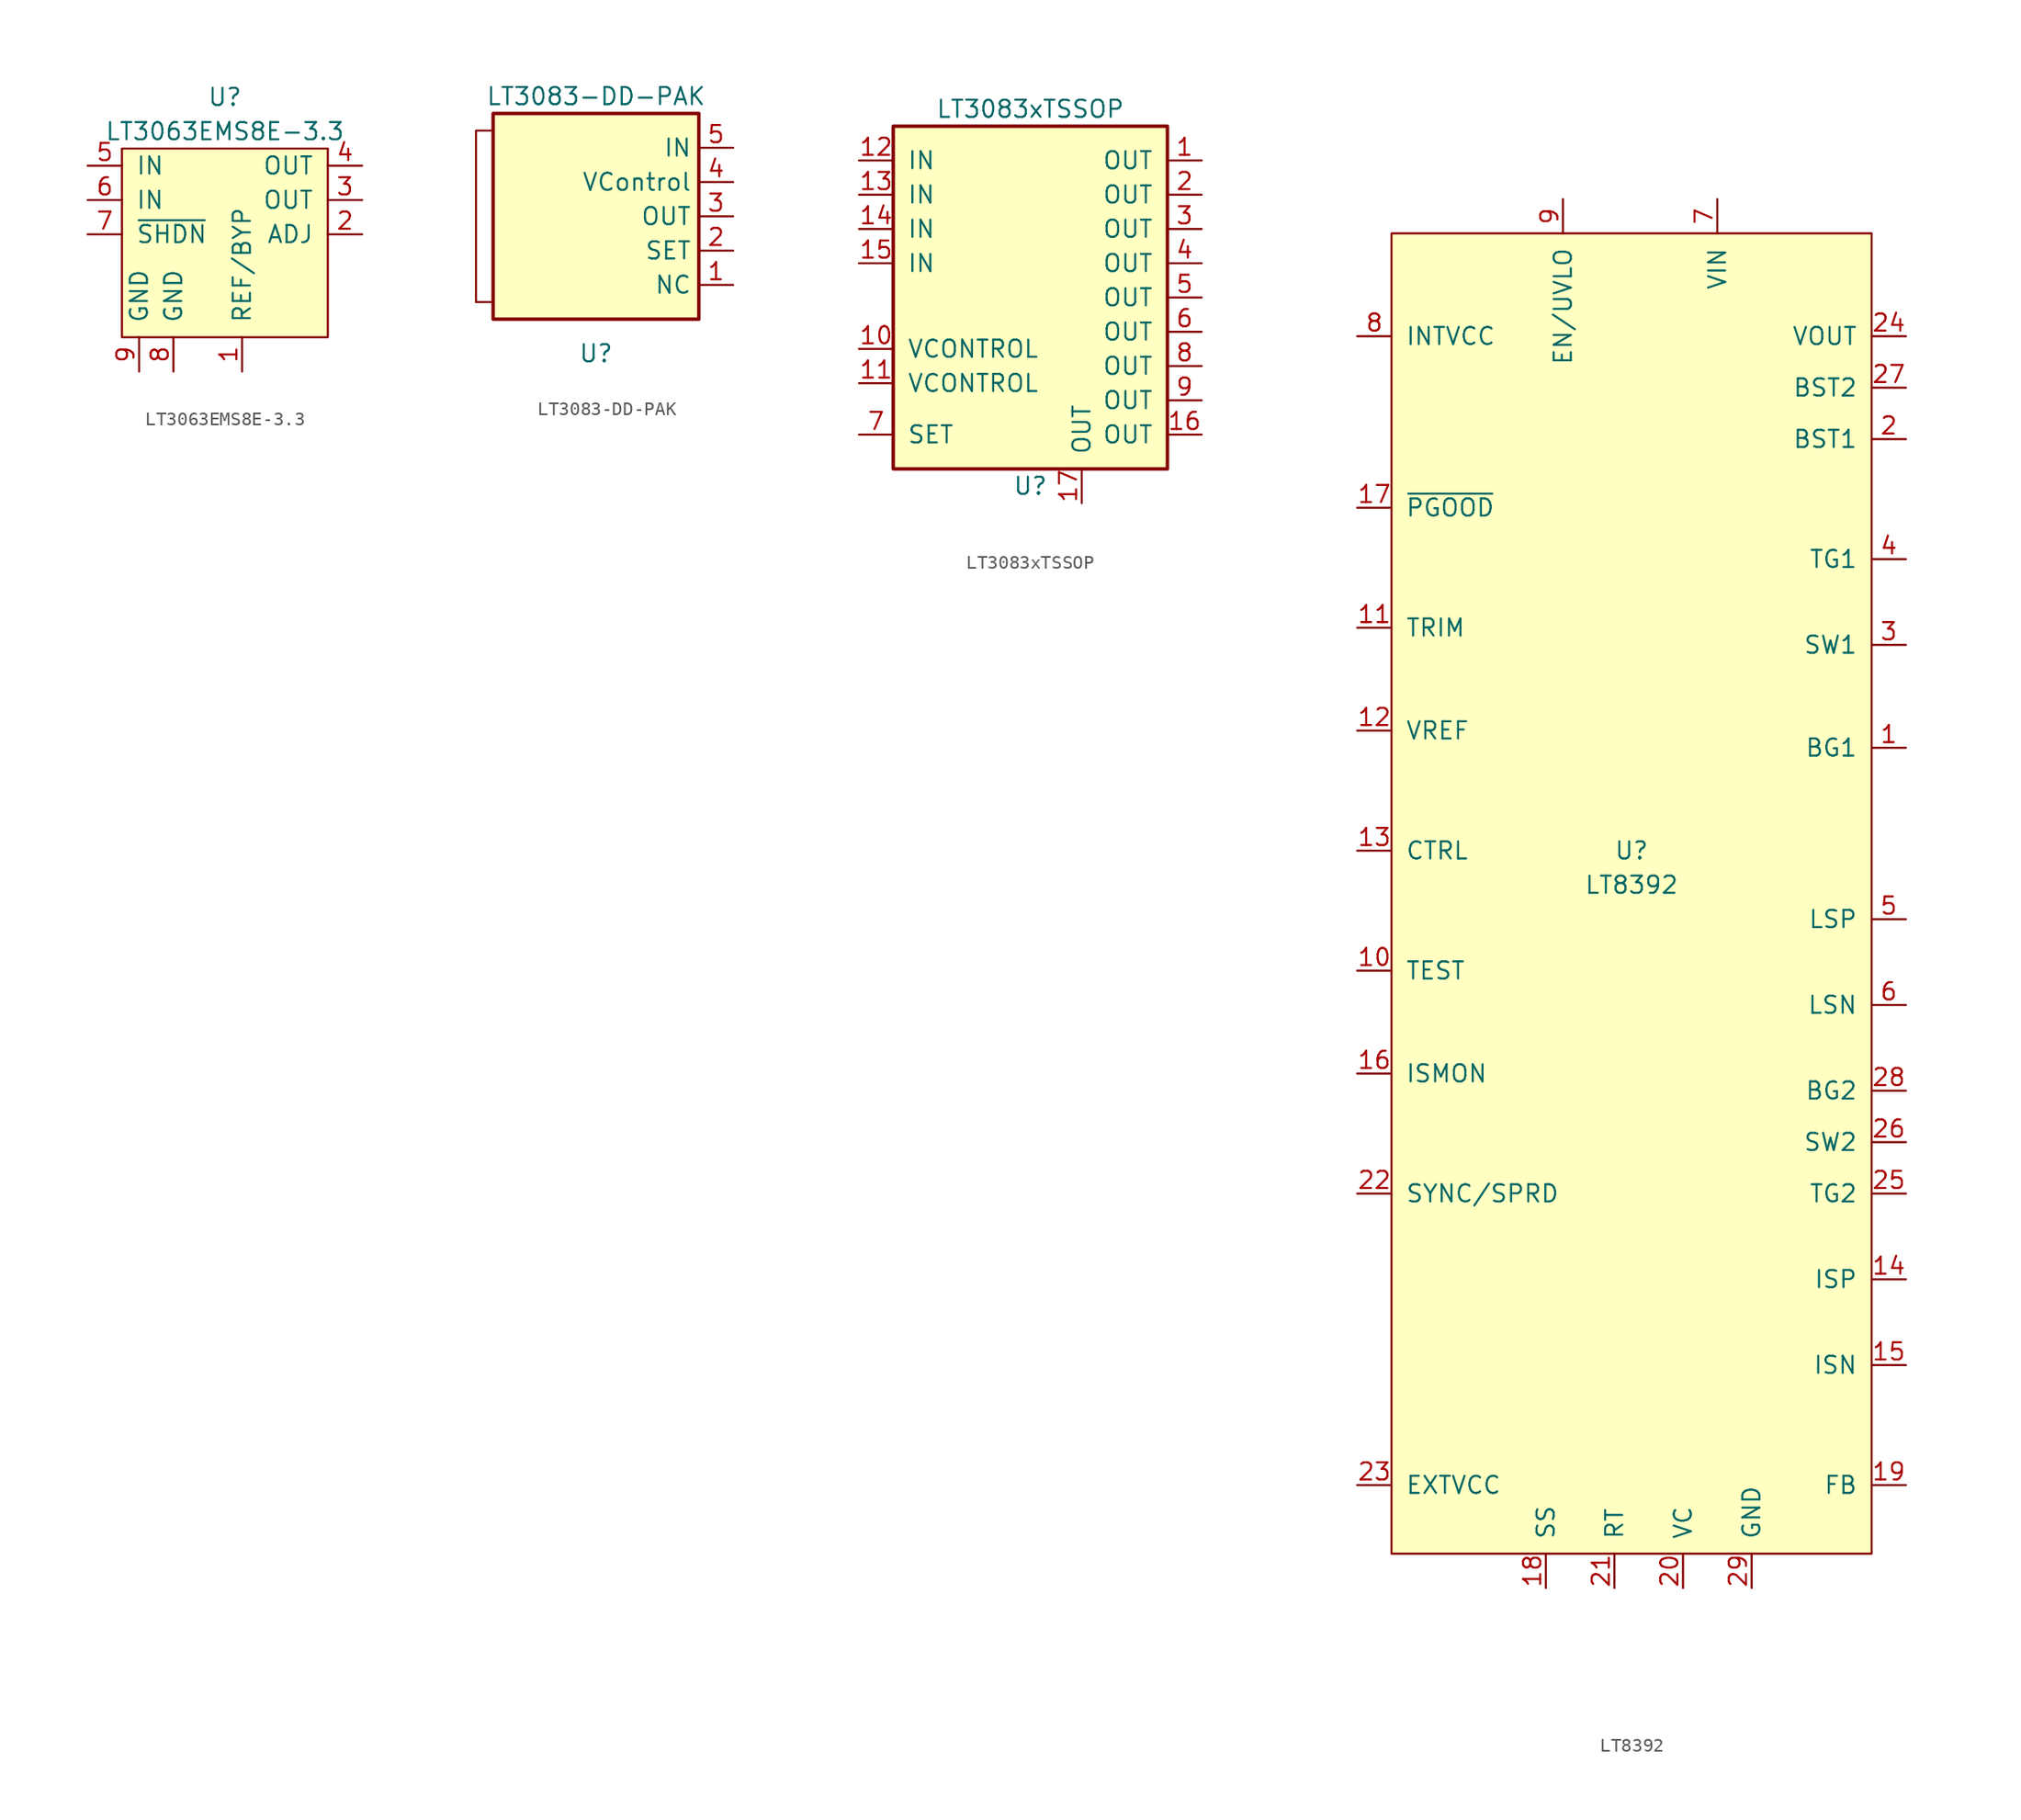
<source format=kicad_sym>
(kicad_symbol_lib
  (version 20211014)
  (generator kicad_symbol_editor)
  (symbol "LT3063EMS8E-3.3"
    (pin_names
      (offset 1.016))
    (property "Reference" "U"
      (at 0 16.51 0)
      (effects (font (size 1.27 1.27))))
    (property "Value" "LT3063EMS8E-3.3"
      (at 0 13.97 0)
      (effects (font (size 1.27 1.27))))
    (symbol "LT3063EMS8E-3.3_0_1"
      (rectangle (start -7.62 12.7) (end 7.62 -1.27) (stroke (width 0) (type default) (color 0 0 0 0)) (fill (type background))))
    (symbol "LT3063EMS8E-3.3_1_1"
      (pin bidirectional line (at 1.27 -3.81 90) (length 2.54) (name "REF/BYP" (effects (font (size 1.27 1.27)))) (number "1" (effects (font (size 1.27 1.27)))))
      (pin bidirectional line (at 10.16 6.35 180) (length 2.54) (name "ADJ" (effects (font (size 1.27 1.27)))) (number "2" (effects (font (size 1.27 1.27)))))
      (pin bidirectional line (at 10.16 8.89 180) (length 2.54) (name "OUT" (effects (font (size 1.27 1.27)))) (number "3" (effects (font (size 1.27 1.27)))))
      (pin bidirectional line (at 10.16 11.43 180) (length 2.54) (name "OUT" (effects (font (size 1.27 1.27)))) (number "4" (effects (font (size 1.27 1.27)))))
      (pin bidirectional line (at -10.16 11.43 0) (length 2.54) (name "IN" (effects (font (size 1.27 1.27)))) (number "5" (effects (font (size 1.27 1.27)))))
      (pin bidirectional line (at -10.16 8.89 0) (length 2.54) (name "IN" (effects (font (size 1.27 1.27)))) (number "6" (effects (font (size 1.27 1.27)))))
      (pin bidirectional line (at -10.16 6.35 0) (length 2.54) (name "~{SHDN}" (effects (font (size 1.27 1.27)))) (number "7" (effects (font (size 1.27 1.27)))))
      (pin bidirectional line (at -3.81 -3.81 90) (length 2.54) (name "GND" (effects (font (size 1.27 1.27)))) (number "8" (effects (font (size 1.27 1.27)))))
      (pin bidirectional line (at -6.35 -3.81 90) (length 2.54) (name "GND" (effects (font (size 1.27 1.27)))) (number "9" (effects (font (size 1.27 1.27)))))))
  (symbol "LT3083-DD-PAK"
    (property "Reference" "U"
      (at 0 -10.16 0)
      (effects (font (size 1.27 1.27))))
    (property "Value" "LT3083-DD-PAK"
      (at 0 8.89 0)
      (effects (font (size 1.27 1.27))))
    (symbol "LT3083-DD-PAK_0_1"
      (polyline (pts (xy -7.62 6.35) (xy -8.89 6.35) (xy -8.89 -6.35) (xy -7.62 -6.35)) (stroke (width 0) (type default) (color 0 0 0 0)) (fill (type none))))
    (symbol "LT3083-DD-PAK_1_1"
      (rectangle (start -7.62 7.62) (end 7.62 -7.62) (stroke (width 0.254) (type default) (color 0 0 0 0)) (fill (type background)))
      (pin bidirectional line (at 10.16 -5.08 180) (length 2.54) (name "NC" (effects (font (size 1.27 1.27)))) (number "1" (effects (font (size 1.27 1.27)))))
      (pin bidirectional line (at 10.16 -2.54 180) (length 2.54) (name "SET" (effects (font (size 1.27 1.27)))) (number "2" (effects (font (size 1.27 1.27)))))
      (pin bidirectional line (at 10.16 0 180) (length 2.54) (name "OUT" (effects (font (size 1.27 1.27)))) (number "3" (effects (font (size 1.27 1.27)))))
      (pin bidirectional line (at 10.16 2.54 180) (length 2.54) (name "VControl" (effects (font (size 1.27 1.27)))) (number "4" (effects (font (size 1.27 1.27)))))
      (pin bidirectional line (at 10.16 5.08 180) (length 2.54) (name "IN" (effects (font (size 1.27 1.27)))) (number "5" (effects (font (size 1.27 1.27)))))))
  (symbol "LT3083xTSSOP"
    (pin_names
      (offset 1.016))
    (property "Reference" "U"
      (at 0 -20.32 0)
      (effects (font (size 1.27 1.27))))
    (property "Value" "LT3083xTSSOP"
      (at 0 7.62 0)
      (effects (font (size 1.27 1.27))))
    (symbol "LT3083xTSSOP_1_1"
      (rectangle (start -10.16 6.35) (end 10.16 -19.05) (stroke (width 0.254) (type default) (color 0 0 0 0)) (fill (type background)))
      (pin power_out line (at 12.7 3.81 180) (length 2.54) (name "OUT" (effects (font (size 1.27 1.27)))) (number "1" (effects (font (size 1.27 1.27)))))
      (pin input line (at -12.7 -10.16 0) (length 2.54) (name "VCONTROL" (effects (font (size 1.27 1.27)))) (number "10" (effects (font (size 1.27 1.27)))))
      (pin input line (at -12.7 -12.7 0) (length 2.54) (name "VCONTROL" (effects (font (size 1.27 1.27)))) (number "11" (effects (font (size 1.27 1.27)))))
      (pin power_in line (at -12.7 3.81 0) (length 2.54) (name "IN" (effects (font (size 1.27 1.27)))) (number "12" (effects (font (size 1.27 1.27)))))
      (pin power_in line (at -12.7 1.27 0) (length 2.54) (name "IN" (effects (font (size 1.27 1.27)))) (number "13" (effects (font (size 1.27 1.27)))))
      (pin power_in line (at -12.7 -1.27 0) (length 2.54) (name "IN" (effects (font (size 1.27 1.27)))) (number "14" (effects (font (size 1.27 1.27)))))
      (pin power_in line (at -12.7 -3.81 0) (length 2.54) (name "IN" (effects (font (size 1.27 1.27)))) (number "15" (effects (font (size 1.27 1.27)))))
      (pin power_out line (at 12.7 -16.51 180) (length 2.54) (name "OUT" (effects (font (size 1.27 1.27)))) (number "16" (effects (font (size 1.27 1.27)))))
      (pin power_out line (at 3.81 -21.59 90) (length 2.54) (name "OUT" (effects (font (size 1.27 1.27)))) (number "17" (effects (font (size 1.27 1.27)))))
      (pin power_out line (at 12.7 1.27 180) (length 2.54) (name "OUT" (effects (font (size 1.27 1.27)))) (number "2" (effects (font (size 1.27 1.27)))))
      (pin power_out line (at 12.7 -1.27 180) (length 2.54) (name "OUT" (effects (font (size 1.27 1.27)))) (number "3" (effects (font (size 1.27 1.27)))))
      (pin power_out line (at 12.7 -3.81 180) (length 2.54) (name "OUT" (effects (font (size 1.27 1.27)))) (number "4" (effects (font (size 1.27 1.27)))))
      (pin power_out line (at 12.7 -6.35 180) (length 2.54) (name "OUT" (effects (font (size 1.27 1.27)))) (number "5" (effects (font (size 1.27 1.27)))))
      (pin power_out line (at 12.7 -8.89 180) (length 2.54) (name "OUT" (effects (font (size 1.27 1.27)))) (number "6" (effects (font (size 1.27 1.27)))))
      (pin input line (at -12.7 -16.51 0) (length 2.54) (name "SET" (effects (font (size 1.27 1.27)))) (number "7" (effects (font (size 1.27 1.27)))))
      (pin power_out line (at 12.7 -11.43 180) (length 2.54) (name "OUT" (effects (font (size 1.27 1.27)))) (number "8" (effects (font (size 1.27 1.27)))))
      (pin power_out line (at 12.7 -13.97 180) (length 2.54) (name "OUT" (effects (font (size 1.27 1.27)))) (number "9" (effects (font (size 1.27 1.27)))))))
  (symbol "LT8392"
    (pin_names
      (offset 1.016))
    (property "Reference" "U"
      (at 0 2.54 0)
      (effects (font (size 1.27 1.27))))
    (property "Value" "LT8392"
      (at 0 0 0)
      (effects (font (size 1.27 1.27))))
    (symbol "LT8392_0_1"
      (rectangle (start -17.78 48.26) (end 17.78 -49.53) (stroke (width 0) (type default) (color 0 0 0 0)) (fill (type background))))
    (symbol "LT8392_1_1"
      (pin bidirectional line (at 20.32 10.16 180) (length 2.54) (name "BG1" (effects (font (size 1.27 1.27)))) (number "1" (effects (font (size 1.27 1.27)))))
      (pin bidirectional line (at -20.32 -6.35 0) (length 2.54) (name "TEST" (effects (font (size 1.27 1.27)))) (number "10" (effects (font (size 1.27 1.27)))))
      (pin bidirectional line (at -20.32 19.05 0) (length 2.54) (name "TRIM" (effects (font (size 1.27 1.27)))) (number "11" (effects (font (size 1.27 1.27)))))
      (pin bidirectional line (at -20.32 11.43 0) (length 2.54) (name "VREF" (effects (font (size 1.27 1.27)))) (number "12" (effects (font (size 1.27 1.27)))))
      (pin bidirectional line (at -20.32 2.54 0) (length 2.54) (name "CTRL" (effects (font (size 1.27 1.27)))) (number "13" (effects (font (size 1.27 1.27)))))
      (pin bidirectional line (at 20.32 -29.21 180) (length 2.54) (name "ISP" (effects (font (size 1.27 1.27)))) (number "14" (effects (font (size 1.27 1.27)))))
      (pin bidirectional line (at 20.32 -35.56 180) (length 2.54) (name "ISN" (effects (font (size 1.27 1.27)))) (number "15" (effects (font (size 1.27 1.27)))))
      (pin bidirectional line (at -20.32 -13.97 0) (length 2.54) (name "ISMON" (effects (font (size 1.27 1.27)))) (number "16" (effects (font (size 1.27 1.27)))))
      (pin bidirectional line (at -20.32 27.94 0) (length 2.54) (name "~{PGOOD}" (effects (font (size 1.27 1.27)))) (number "17" (effects (font (size 1.27 1.27)))))
      (pin bidirectional line (at -6.35 -52.07 90) (length 2.54) (name "SS" (effects (font (size 1.27 1.27)))) (number "18" (effects (font (size 1.27 1.27)))))
      (pin bidirectional line (at 20.32 -44.45 180) (length 2.54) (name "FB" (effects (font (size 1.27 1.27)))) (number "19" (effects (font (size 1.27 1.27)))))
      (pin bidirectional line (at 20.32 33.02 180) (length 2.54) (name "BST1" (effects (font (size 1.27 1.27)))) (number "2" (effects (font (size 1.27 1.27)))))
      (pin bidirectional line (at 3.81 -52.07 90) (length 2.54) (name "VC" (effects (font (size 1.27 1.27)))) (number "20" (effects (font (size 1.27 1.27)))))
      (pin bidirectional line (at -1.27 -52.07 90) (length 2.54) (name "RT" (effects (font (size 1.27 1.27)))) (number "21" (effects (font (size 1.27 1.27)))))
      (pin bidirectional line (at -20.32 -22.86 0) (length 2.54) (name "SYNC/SPRD" (effects (font (size 1.27 1.27)))) (number "22" (effects (font (size 1.27 1.27)))))
      (pin bidirectional line (at -20.32 -44.45 0) (length 2.54) (name "EXTVCC" (effects (font (size 1.27 1.27)))) (number "23" (effects (font (size 1.27 1.27)))))
      (pin bidirectional line (at 20.32 40.64 180) (length 2.54) (name "VOUT" (effects (font (size 1.27 1.27)))) (number "24" (effects (font (size 1.27 1.27)))))
      (pin bidirectional line (at 20.32 -22.86 180) (length 2.54) (name "TG2" (effects (font (size 1.27 1.27)))) (number "25" (effects (font (size 1.27 1.27)))))
      (pin bidirectional line (at 20.32 -19.05 180) (length 2.54) (name "SW2" (effects (font (size 1.27 1.27)))) (number "26" (effects (font (size 1.27 1.27)))))
      (pin bidirectional line (at 20.32 36.83 180) (length 2.54) (name "BST2" (effects (font (size 1.27 1.27)))) (number "27" (effects (font (size 1.27 1.27)))))
      (pin bidirectional line (at 20.32 -15.24 180) (length 2.54) (name "BG2" (effects (font (size 1.27 1.27)))) (number "28" (effects (font (size 1.27 1.27)))))
      (pin bidirectional line (at 8.89 -52.07 90) (length 2.54) (name "GND" (effects (font (size 1.27 1.27)))) (number "29" (effects (font (size 1.27 1.27)))))
      (pin bidirectional line (at 20.32 17.78 180) (length 2.54) (name "SW1" (effects (font (size 1.27 1.27)))) (number "3" (effects (font (size 1.27 1.27)))))
      (pin bidirectional line (at 20.32 24.13 180) (length 2.54) (name "TG1" (effects (font (size 1.27 1.27)))) (number "4" (effects (font (size 1.27 1.27)))))
      (pin bidirectional line (at 20.32 -2.54 180) (length 2.54) (name "LSP" (effects (font (size 1.27 1.27)))) (number "5" (effects (font (size 1.27 1.27)))))
      (pin bidirectional line (at 20.32 -8.89 180) (length 2.54) (name "LSN" (effects (font (size 1.27 1.27)))) (number "6" (effects (font (size 1.27 1.27)))))
      (pin bidirectional line (at 6.35 50.8 270) (length 2.54) (name "VIN" (effects (font (size 1.27 1.27)))) (number "7" (effects (font (size 1.27 1.27)))))
      (pin bidirectional line (at -20.32 40.64 0) (length 2.54) (name "INTVCC" (effects (font (size 1.27 1.27)))) (number "8" (effects (font (size 1.27 1.27)))))
      (pin bidirectional line (at -5.08 50.8 270) (length 2.54) (name "EN/UVLO" (effects (font (size 1.27 1.27)))) (number "9" (effects (font (size 1.27 1.27))))))))
</source>
